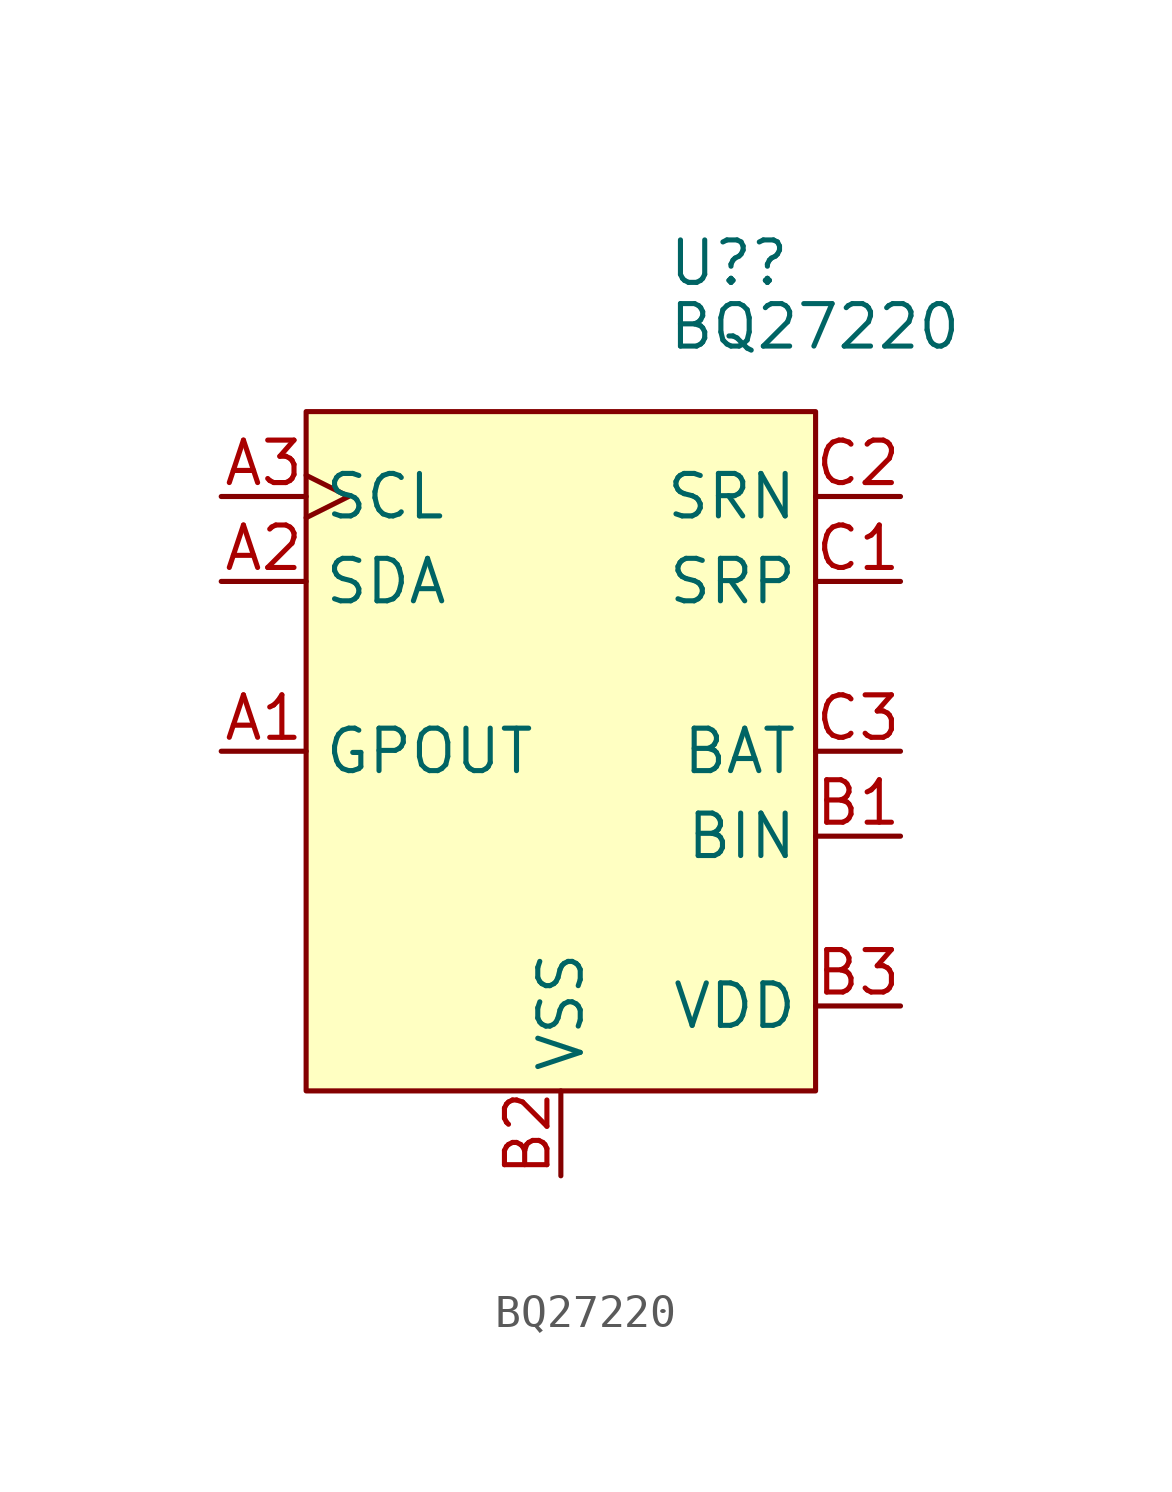
<source format=kicad_sym>
(kicad_symbol_lib
  (version 20211014)
  (generator kicad_symbol_editor)
  (symbol "BQ27220"
    (property "Reference" "U?"
      (at 3.175 14.605 0)
      (effects (font (size 1.27 1.27)) (justify left)))
    (property "Value" "BQ27220"
      (at 3.175 12.7 0)
      (effects (font (size 1.27 1.27)) (justify left)))
    (symbol "BQ27220_0_1"
      (rectangle (start -7.62 10.16) (end 7.62 -10.16) (stroke (width 0) (type default) (color 0 0 0 0)) (fill (type background))))
    (symbol "BQ27220_1_1"
      (pin output line (at -10.16 0 0) (length 2.54) (name "GPOUT" (effects (font (size 1.27 1.27)))) (number "A1" (effects (font (size 1.27 1.27)))))
      (pin bidirectional line (at -10.16 5.08 0) (length 2.54) (name "SDA" (effects (font (size 1.27 1.27)))) (number "A2" (effects (font (size 1.27 1.27)))))
      (pin bidirectional clock (at -10.16 7.62 0) (length 2.54) (name "SCL" (effects (font (size 1.27 1.27)))) (number "A3" (effects (font (size 1.27 1.27)))))
      (pin input line (at 10.16 -2.54 180) (length 2.54) (name "BIN" (effects (font (size 1.27 1.27)))) (number "B1" (effects (font (size 1.27 1.27)))))
      (pin power_in line (at 0 -12.7 90) (length 2.54) (name "VSS" (effects (font (size 1.27 1.27)))) (number "B2" (effects (font (size 1.27 1.27)))))
      (pin power_out line (at 10.16 -7.62 180) (length 2.54) (name "VDD" (effects (font (size 1.27 1.27)))) (number "B3" (effects (font (size 1.27 1.27)))))
      (pin input line (at 10.16 5.08 180) (length 2.54) (name "SRP" (effects (font (size 1.27 1.27)))) (number "C1" (effects (font (size 1.27 1.27)))))
      (pin input line (at 10.16 7.62 180) (length 2.54) (name "SRN" (effects (font (size 1.27 1.27)))) (number "C2" (effects (font (size 1.27 1.27)))))
      (pin input line (at 10.16 0 180) (length 2.54) (name "BAT" (effects (font (size 1.27 1.27)))) (number "C3" (effects (font (size 1.27 1.27))))))))
</source>
